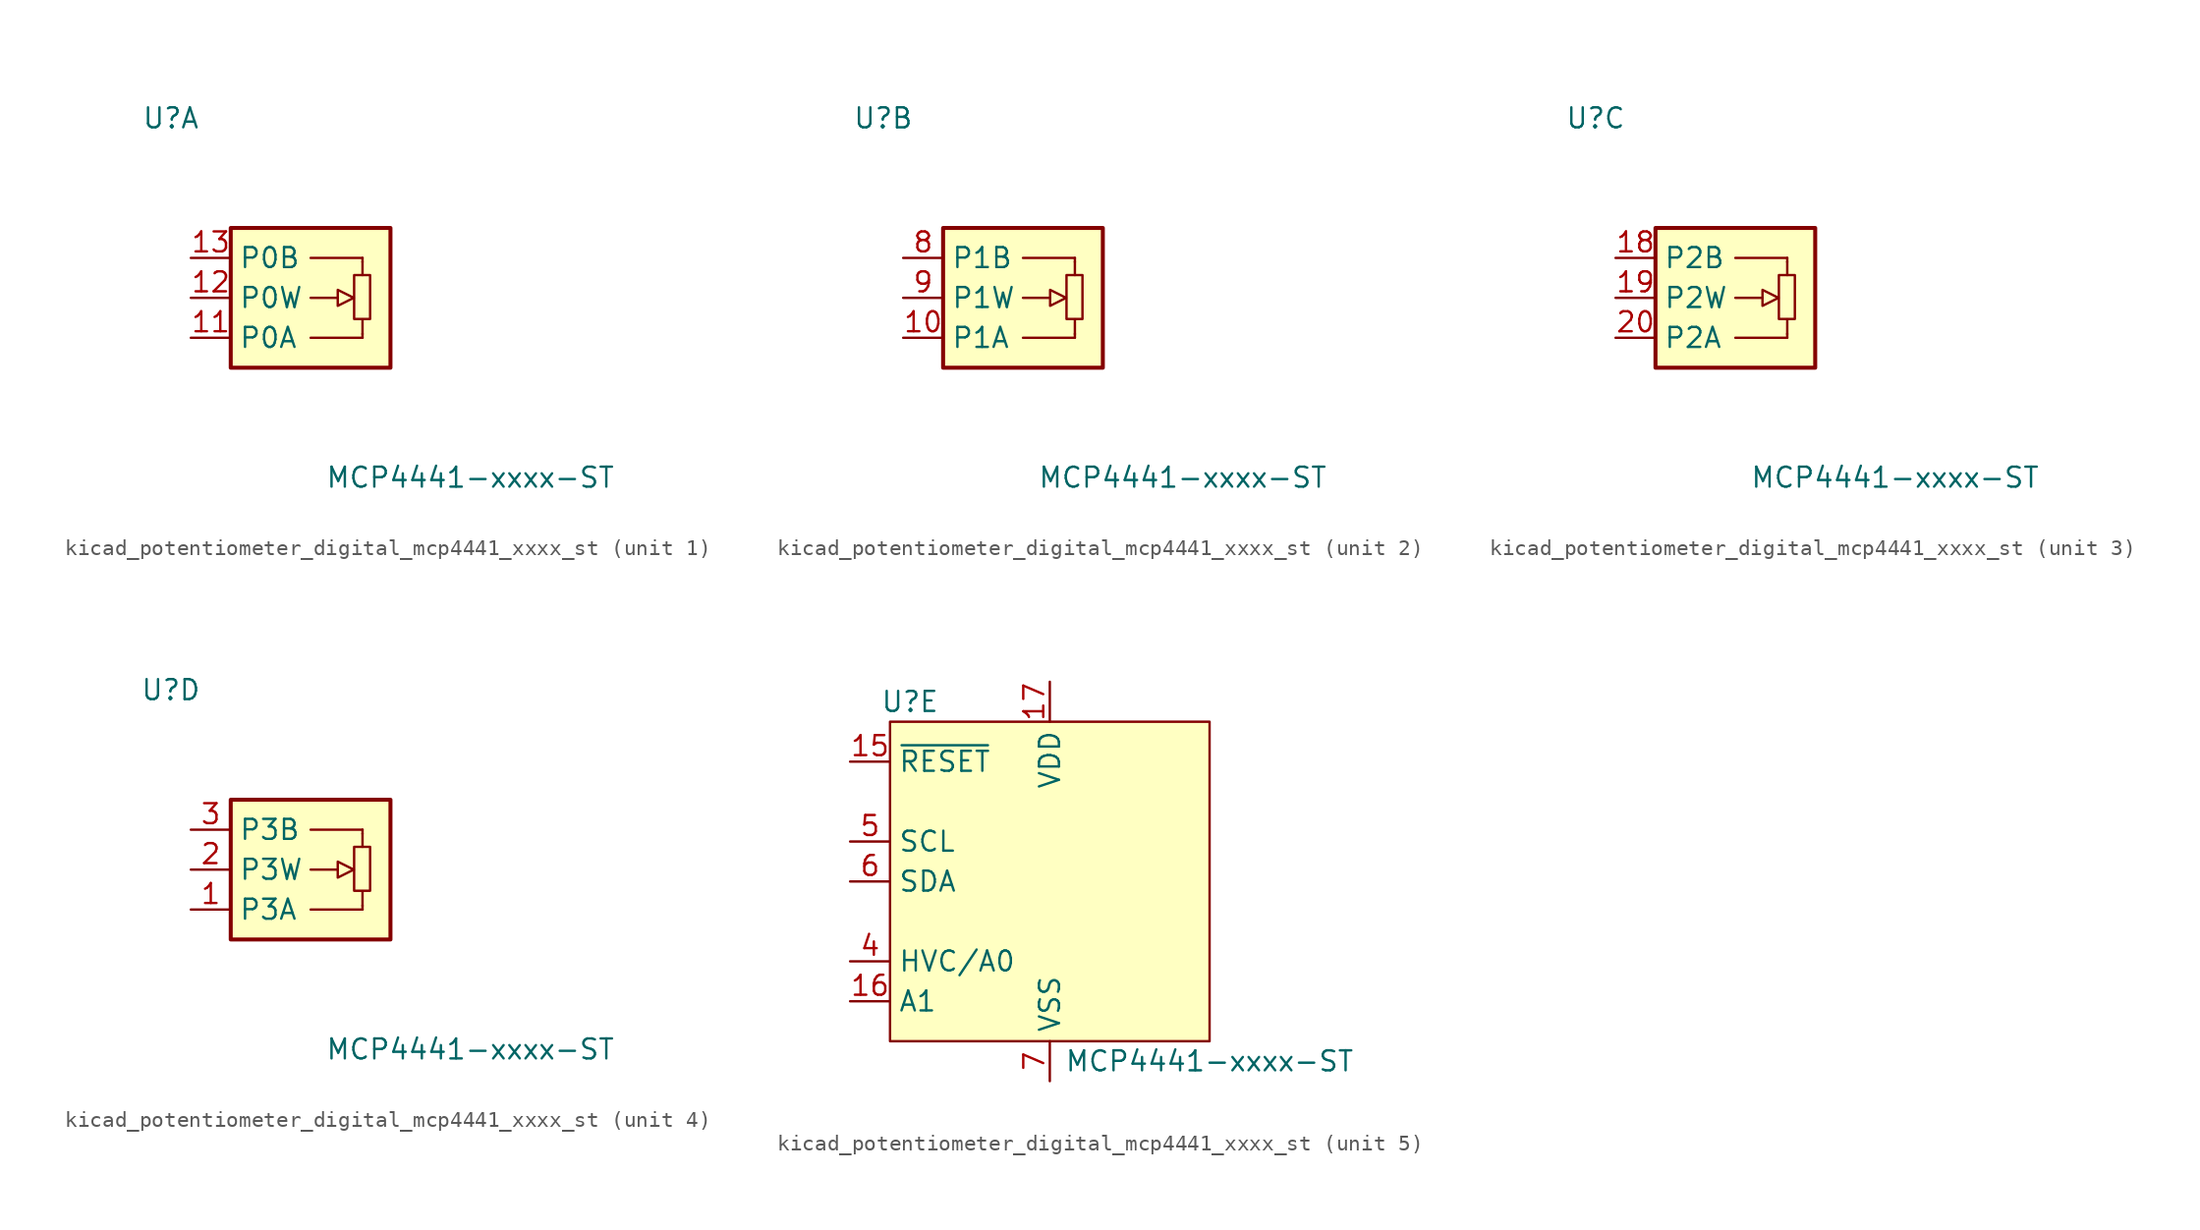
<source format=kicad_sym>
(kicad_symbol_lib
  (version 20220914)
  (generator kicad_symbol_editor)
  (symbol "kicad_potentiometer_digital_mcp4441_xxxx_st"
    (property "Reference" "U"
      (at -8.89 11.43 0)
      (effects (font (size 1.27 1.27))))
    (property "Value" "MCP4441-xxxx-ST"
      (at 10.16 -11.43 0)
      (effects (font (size 1.27 1.27))))
    (property "ki_locked" ""
      (at 0 0 0)
      (effects (font (size 1.27 1.27))))
    (symbol "kicad_potentiometer_digital_mcp4441_xxxx_st_1_1"
      (polyline (pts (xy 1.727 0) (xy 0 0)) (stroke (width 0) (type default)) (fill (type none)))
      (polyline (pts (xy 3.302 -2.54) (xy 0 -2.54)) (stroke (width 0) (type default)) (fill (type background)))
      (polyline (pts (xy 3.302 -2.311) (xy 3.302 -1.372)) (stroke (width 0) (type default)) (fill (type none)))
      (polyline (pts (xy 3.302 2.286) (xy 3.302 1.448)) (stroke (width 0) (type default)) (fill (type none)))
      (polyline (pts (xy 3.302 2.54) (xy 0 2.54)) (stroke (width 0) (type default)) (fill (type background)))
      (polyline (pts (xy 3.302 -2.54) (xy 3.302 -2.286) (xy 3.302 -2.286)) (stroke (width 0) (type default)) (fill (type none)))
      (polyline (pts (xy 3.302 2.54) (xy 3.302 2.286) (xy 3.302 2.286)) (stroke (width 0) (type default)) (fill (type background)))
      (polyline (pts (xy 1.727 -0.508) (xy 1.727 0.508) (xy 2.743 0) (xy 1.727 -0.508) (xy 1.727 -0.508)) (stroke (width 0) (type default)) (fill (type none)))
      (rectangle (start 3.785 -1.346) (end 2.769 1.448) (stroke (width 0) (type default)) (fill (type none)))
      (rectangle (start 5.08 -4.445) (end -5.08 4.445) (stroke (width 0.254) (type default)) (fill (type background)))
      (pin passive line (at -7.62 -2.54 0) (length 2.54) (name "P0A" (effects (font (size 1.27 1.27)))) (number "11" (effects (font (size 1.27 1.27)))))
      (pin passive line (at -7.62 0 0) (length 2.54) (name "P0W" (effects (font (size 1.27 1.27)))) (number "12" (effects (font (size 1.27 1.27)))))
      (pin passive line (at -7.62 2.54 0) (length 2.54) (name "P0B" (effects (font (size 1.27 1.27)))) (number "13" (effects (font (size 1.27 1.27))))))
    (symbol "kicad_potentiometer_digital_mcp4441_xxxx_st_2_1"
      (polyline (pts (xy 1.727 0) (xy 0 0)) (stroke (width 0) (type default)) (fill (type none)))
      (polyline (pts (xy 3.302 -2.54) (xy 0 -2.54)) (stroke (width 0) (type default)) (fill (type background)))
      (polyline (pts (xy 3.302 -2.311) (xy 3.302 -1.372)) (stroke (width 0) (type default)) (fill (type none)))
      (polyline (pts (xy 3.302 2.286) (xy 3.302 1.448)) (stroke (width 0) (type default)) (fill (type none)))
      (polyline (pts (xy 3.302 2.54) (xy 0 2.54)) (stroke (width 0) (type default)) (fill (type background)))
      (polyline (pts (xy 3.302 -2.54) (xy 3.302 -2.286) (xy 3.302 -2.286)) (stroke (width 0) (type default)) (fill (type none)))
      (polyline (pts (xy 3.302 2.54) (xy 3.302 2.286) (xy 3.302 2.286)) (stroke (width 0) (type default)) (fill (type background)))
      (polyline (pts (xy 1.727 -0.508) (xy 1.727 0.508) (xy 2.743 0) (xy 1.727 -0.508) (xy 1.727 -0.508)) (stroke (width 0) (type default)) (fill (type none)))
      (rectangle (start 3.785 -1.346) (end 2.769 1.448) (stroke (width 0) (type default)) (fill (type none)))
      (rectangle (start 5.08 -4.445) (end -5.08 4.445) (stroke (width 0.254) (type default)) (fill (type background)))
      (pin passive line (at -7.62 -2.54 0) (length 2.54) (name "P1A" (effects (font (size 1.27 1.27)))) (number "10" (effects (font (size 1.27 1.27)))))
      (pin passive line (at -7.62 2.54 0) (length 2.54) (name "P1B" (effects (font (size 1.27 1.27)))) (number "8" (effects (font (size 1.27 1.27)))))
      (pin passive line (at -7.62 0 0) (length 2.54) (name "P1W" (effects (font (size 1.27 1.27)))) (number "9" (effects (font (size 1.27 1.27))))))
    (symbol "kicad_potentiometer_digital_mcp4441_xxxx_st_3_1"
      (polyline (pts (xy 1.727 0) (xy 0 0)) (stroke (width 0) (type default)) (fill (type none)))
      (polyline (pts (xy 3.302 -2.54) (xy 0 -2.54)) (stroke (width 0) (type default)) (fill (type background)))
      (polyline (pts (xy 3.302 -2.311) (xy 3.302 -1.372)) (stroke (width 0) (type default)) (fill (type none)))
      (polyline (pts (xy 3.302 2.286) (xy 3.302 1.448)) (stroke (width 0) (type default)) (fill (type none)))
      (polyline (pts (xy 3.302 2.54) (xy 0 2.54)) (stroke (width 0) (type default)) (fill (type background)))
      (polyline (pts (xy 3.302 -2.54) (xy 3.302 -2.286) (xy 3.302 -2.286)) (stroke (width 0) (type default)) (fill (type none)))
      (polyline (pts (xy 3.302 2.54) (xy 3.302 2.286) (xy 3.302 2.286)) (stroke (width 0) (type default)) (fill (type background)))
      (polyline (pts (xy 1.727 -0.508) (xy 1.727 0.508) (xy 2.743 0) (xy 1.727 -0.508) (xy 1.727 -0.508)) (stroke (width 0) (type default)) (fill (type none)))
      (rectangle (start 3.785 -1.346) (end 2.769 1.448) (stroke (width 0) (type default)) (fill (type none)))
      (rectangle (start 5.08 -4.445) (end -5.08 4.445) (stroke (width 0.254) (type default)) (fill (type background)))
      (pin passive line (at -7.62 2.54 0) (length 2.54) (name "P2B" (effects (font (size 1.27 1.27)))) (number "18" (effects (font (size 1.27 1.27)))))
      (pin passive line (at -7.62 0 0) (length 2.54) (name "P2W" (effects (font (size 1.27 1.27)))) (number "19" (effects (font (size 1.27 1.27)))))
      (pin passive line (at -7.62 -2.54 0) (length 2.54) (name "P2A" (effects (font (size 1.27 1.27)))) (number "20" (effects (font (size 1.27 1.27))))))
    (symbol "kicad_potentiometer_digital_mcp4441_xxxx_st_4_1"
      (polyline (pts (xy 1.727 0) (xy 0 0)) (stroke (width 0) (type default)) (fill (type none)))
      (polyline (pts (xy 3.302 -2.54) (xy 0 -2.54)) (stroke (width 0) (type default)) (fill (type background)))
      (polyline (pts (xy 3.302 -2.311) (xy 3.302 -1.372)) (stroke (width 0) (type default)) (fill (type none)))
      (polyline (pts (xy 3.302 2.286) (xy 3.302 1.448)) (stroke (width 0) (type default)) (fill (type none)))
      (polyline (pts (xy 3.302 2.54) (xy 0 2.54)) (stroke (width 0) (type default)) (fill (type background)))
      (polyline (pts (xy 3.302 -2.54) (xy 3.302 -2.286) (xy 3.302 -2.286)) (stroke (width 0) (type default)) (fill (type none)))
      (polyline (pts (xy 3.302 2.54) (xy 3.302 2.286) (xy 3.302 2.286)) (stroke (width 0) (type default)) (fill (type background)))
      (polyline (pts (xy 1.727 -0.508) (xy 1.727 0.508) (xy 2.743 0) (xy 1.727 -0.508) (xy 1.727 -0.508)) (stroke (width 0) (type default)) (fill (type none)))
      (rectangle (start 3.785 -1.346) (end 2.769 1.448) (stroke (width 0) (type default)) (fill (type none)))
      (rectangle (start 5.08 -4.445) (end -5.08 4.445) (stroke (width 0.254) (type default)) (fill (type background)))
      (pin passive line (at -7.62 -2.54 0) (length 2.54) (name "P3A" (effects (font (size 1.27 1.27)))) (number "1" (effects (font (size 1.27 1.27)))))
      (pin passive line (at -7.62 0 0) (length 2.54) (name "P3W" (effects (font (size 1.27 1.27)))) (number "2" (effects (font (size 1.27 1.27)))))
      (pin passive line (at -7.62 2.54 0) (length 2.54) (name "P3B" (effects (font (size 1.27 1.27)))) (number "3" (effects (font (size 1.27 1.27))))))
    (symbol "kicad_potentiometer_digital_mcp4441_xxxx_st_5_1"
      (rectangle (start -10.16 10.16) (end 10.16 -10.16) (stroke (width 0) (type default)) (fill (type background)))
      (pin no_connect line (at -10.16 -2.54 0) (length 2.54) hide (name "NC" (effects (font (size 1.27 1.27)))) (number "14" (effects (font (size 1.27 1.27)))))
      (pin input line (at -12.7 7.62 0) (length 2.54) (name "~{RESET}" (effects (font (size 1.27 1.27)))) (number "15" (effects (font (size 1.27 1.27)))))
      (pin input line (at -12.7 -7.62 0) (length 2.54) (name "A1" (effects (font (size 1.27 1.27)))) (number "16" (effects (font (size 1.27 1.27)))))
      (pin power_in line (at 0 12.7 270) (length 2.54) (name "VDD" (effects (font (size 1.27 1.27)))) (number "17" (effects (font (size 1.27 1.27)))))
      (pin input line (at -12.7 -5.08 0) (length 2.54) (name "HVC/A0" (effects (font (size 1.27 1.27)))) (number "4" (effects (font (size 1.27 1.27)))))
      (pin input line (at -12.7 2.54 0) (length 2.54) (name "SCL" (effects (font (size 1.27 1.27)))) (number "5" (effects (font (size 1.27 1.27)))))
      (pin bidirectional line (at -12.7 0 0) (length 2.54) (name "SDA" (effects (font (size 1.27 1.27)))) (number "6" (effects (font (size 1.27 1.27)))))
      (pin power_in line (at 0 -12.7 90) (length 2.54) (name "VSS" (effects (font (size 1.27 1.27)))) (number "7" (effects (font (size 1.27 1.27))))))))
</source>
